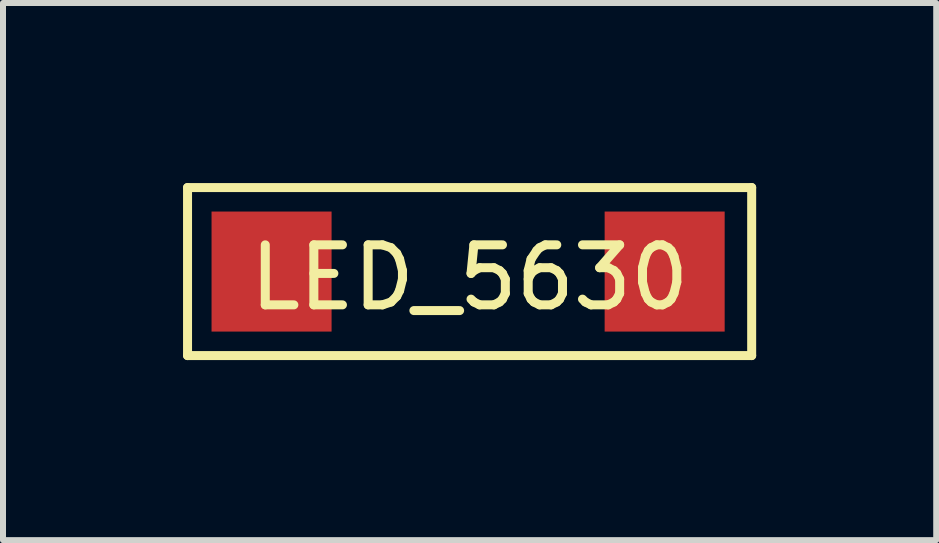
<source format=kicad_pcb>
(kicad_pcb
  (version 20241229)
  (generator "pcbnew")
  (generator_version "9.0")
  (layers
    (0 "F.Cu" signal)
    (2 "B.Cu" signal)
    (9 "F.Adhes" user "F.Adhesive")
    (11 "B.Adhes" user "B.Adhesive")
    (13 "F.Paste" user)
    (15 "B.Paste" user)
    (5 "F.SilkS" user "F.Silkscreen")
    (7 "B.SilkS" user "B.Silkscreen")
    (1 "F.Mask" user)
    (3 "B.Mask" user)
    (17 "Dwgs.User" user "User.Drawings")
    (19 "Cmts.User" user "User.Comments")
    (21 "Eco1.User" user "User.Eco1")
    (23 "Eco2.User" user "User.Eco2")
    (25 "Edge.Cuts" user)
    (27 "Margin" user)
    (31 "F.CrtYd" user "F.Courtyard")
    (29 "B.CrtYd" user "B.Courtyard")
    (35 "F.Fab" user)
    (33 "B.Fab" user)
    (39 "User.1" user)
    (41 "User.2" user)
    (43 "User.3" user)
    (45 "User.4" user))
  (footprint "LED_5630"
    (layer "F.Cu")
    (at 1.475 1.475)
    (property "Reference" "LED_5630" (at 3.3 0.1 0) (layer "F.SilkS") (effects (font (size 1 1) (thickness 0.15))))
    (attr through_hole)
    (fp_line (start -1.4 -1.4) (end -1.4 1.4) (stroke (width 0.15) (type solid)) (layer "F.SilkS"))
    (fp_line (start -1.4 1.4) (end 8 1.4) (stroke (width 0.15) (type solid)) (layer "F.SilkS"))
    (fp_line (start 8 -1.4) (end -1.4 -1.4) (stroke (width 0.15) (type solid)) (layer "F.SilkS"))
    (fp_line (start 8 1.4) (end 8 -1.4) (stroke (width 0.15) (type solid)) (layer "F.SilkS"))
    (pad "1" smd rect (at 0 0) (size 2 2) (layers "F.Cu" "F.Mask" "F.Paste"))
    (pad "2" smd rect (at 6.55 0) (size 2 2) (layers "F.Cu" "F.Mask" "F.Paste")))
  (gr_rect
    (start -3 -3)
    (end 12.55 5.95)
    (stroke (width 0.1) (type default))
    (fill no)
    (layer "Edge.Cuts")))
</source>
